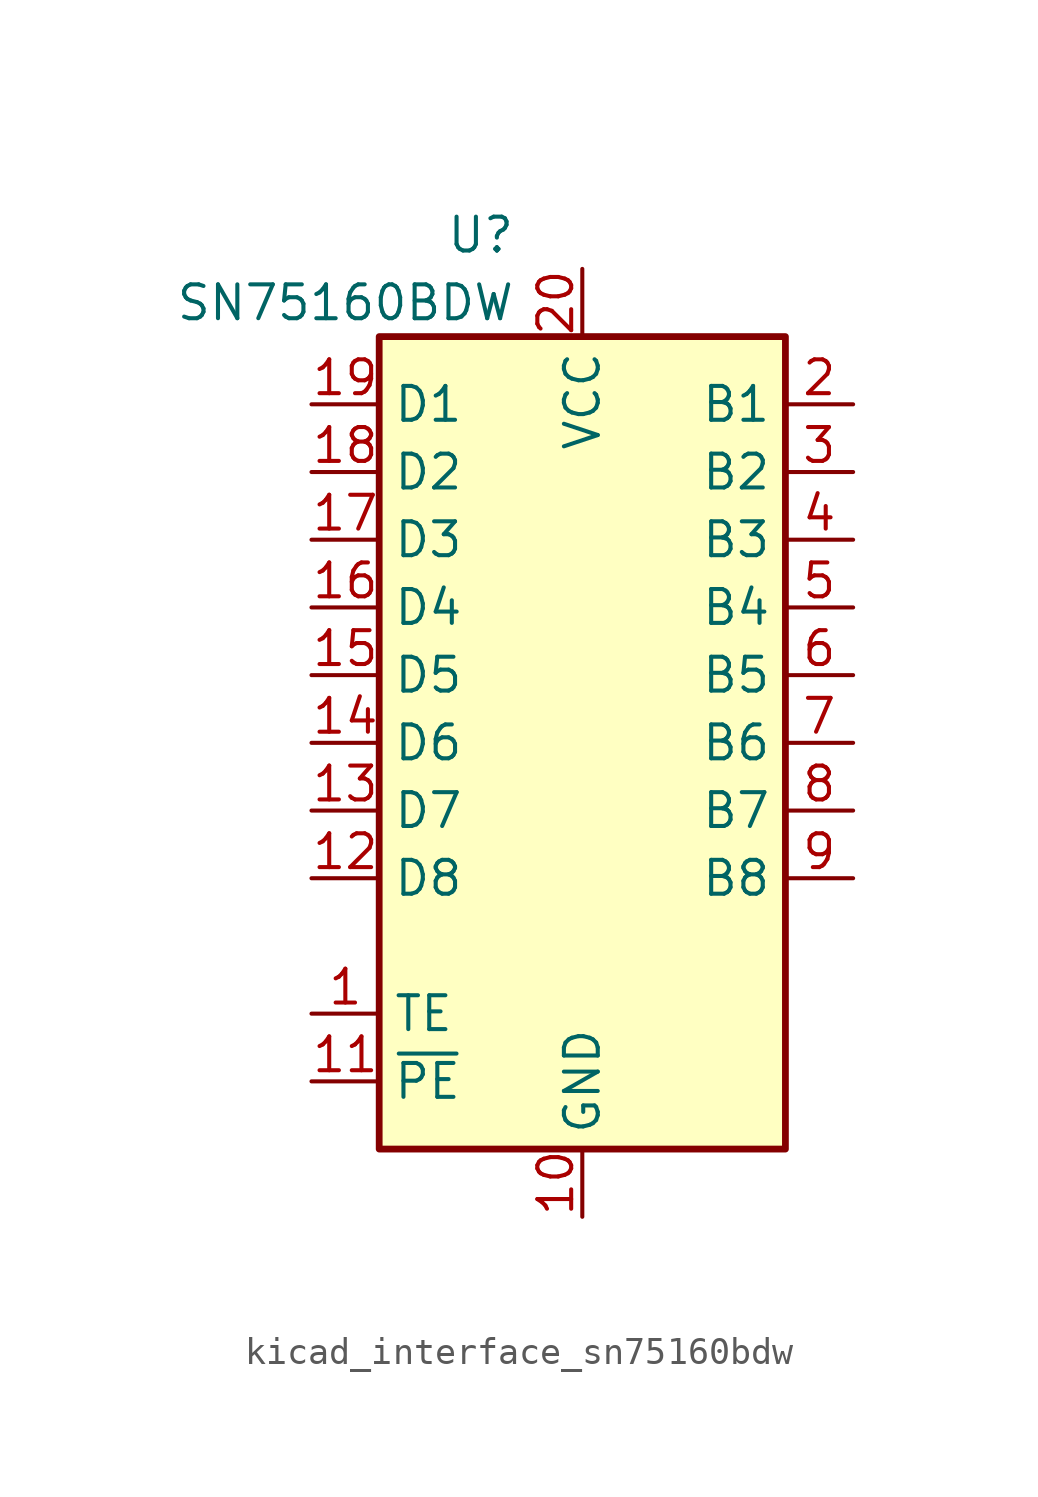
<source format=kicad_sym>
(kicad_symbol_lib
  (version 20220914)
  (generator kicad_symbol_editor)
  (symbol "kicad_interface_sn75160bdw"
    (property "Reference" "U"
      (at -3.81 19.05 0)
      (effects (font (size 1.27 1.27))))
    (property "Value" "SN75160BDW"
      (at -8.89 16.51 0)
      (effects (font (size 1.27 1.27))))
    (symbol "kicad_interface_sn75160bdw_0_1"
      (rectangle (start -7.62 15.24) (end 7.62 -15.24) (stroke (width 0.254) (type default)) (fill (type background))))
    (symbol "kicad_interface_sn75160bdw_1_1"
      (pin input line (at -10.16 -10.16 0) (length 2.54) (name "TE" (effects (font (size 1.27 1.27)))) (number "1" (effects (font (size 1.27 1.27)))))
      (pin power_in line (at 0 -17.78 90) (length 2.54) (name "GND" (effects (font (size 1.27 1.27)))) (number "10" (effects (font (size 1.27 1.27)))))
      (pin input line (at -10.16 -12.7 0) (length 2.54) (name "~{PE}" (effects (font (size 1.27 1.27)))) (number "11" (effects (font (size 1.27 1.27)))))
      (pin bidirectional line (at -10.16 -5.08 0) (length 2.54) (name "D8" (effects (font (size 1.27 1.27)))) (number "12" (effects (font (size 1.27 1.27)))))
      (pin bidirectional line (at -10.16 -2.54 0) (length 2.54) (name "D7" (effects (font (size 1.27 1.27)))) (number "13" (effects (font (size 1.27 1.27)))))
      (pin bidirectional line (at -10.16 0 0) (length 2.54) (name "D6" (effects (font (size 1.27 1.27)))) (number "14" (effects (font (size 1.27 1.27)))))
      (pin bidirectional line (at -10.16 2.54 0) (length 2.54) (name "D5" (effects (font (size 1.27 1.27)))) (number "15" (effects (font (size 1.27 1.27)))))
      (pin bidirectional line (at -10.16 5.08 0) (length 2.54) (name "D4" (effects (font (size 1.27 1.27)))) (number "16" (effects (font (size 1.27 1.27)))))
      (pin bidirectional line (at -10.16 7.62 0) (length 2.54) (name "D3" (effects (font (size 1.27 1.27)))) (number "17" (effects (font (size 1.27 1.27)))))
      (pin bidirectional line (at -10.16 10.16 0) (length 2.54) (name "D2" (effects (font (size 1.27 1.27)))) (number "18" (effects (font (size 1.27 1.27)))))
      (pin bidirectional line (at -10.16 12.7 0) (length 2.54) (name "D1" (effects (font (size 1.27 1.27)))) (number "19" (effects (font (size 1.27 1.27)))))
      (pin bidirectional line (at 10.16 12.7 180) (length 2.54) (name "B1" (effects (font (size 1.27 1.27)))) (number "2" (effects (font (size 1.27 1.27)))))
      (pin power_in line (at 0 17.78 270) (length 2.54) (name "VCC" (effects (font (size 1.27 1.27)))) (number "20" (effects (font (size 1.27 1.27)))))
      (pin bidirectional line (at 10.16 10.16 180) (length 2.54) (name "B2" (effects (font (size 1.27 1.27)))) (number "3" (effects (font (size 1.27 1.27)))))
      (pin bidirectional line (at 10.16 7.62 180) (length 2.54) (name "B3" (effects (font (size 1.27 1.27)))) (number "4" (effects (font (size 1.27 1.27)))))
      (pin bidirectional line (at 10.16 5.08 180) (length 2.54) (name "B4" (effects (font (size 1.27 1.27)))) (number "5" (effects (font (size 1.27 1.27)))))
      (pin bidirectional line (at 10.16 2.54 180) (length 2.54) (name "B5" (effects (font (size 1.27 1.27)))) (number "6" (effects (font (size 1.27 1.27)))))
      (pin bidirectional line (at 10.16 0 180) (length 2.54) (name "B6" (effects (font (size 1.27 1.27)))) (number "7" (effects (font (size 1.27 1.27)))))
      (pin bidirectional line (at 10.16 -2.54 180) (length 2.54) (name "B7" (effects (font (size 1.27 1.27)))) (number "8" (effects (font (size 1.27 1.27)))))
      (pin bidirectional line (at 10.16 -5.08 180) (length 2.54) (name "B8" (effects (font (size 1.27 1.27)))) (number "9" (effects (font (size 1.27 1.27))))))))
</source>
